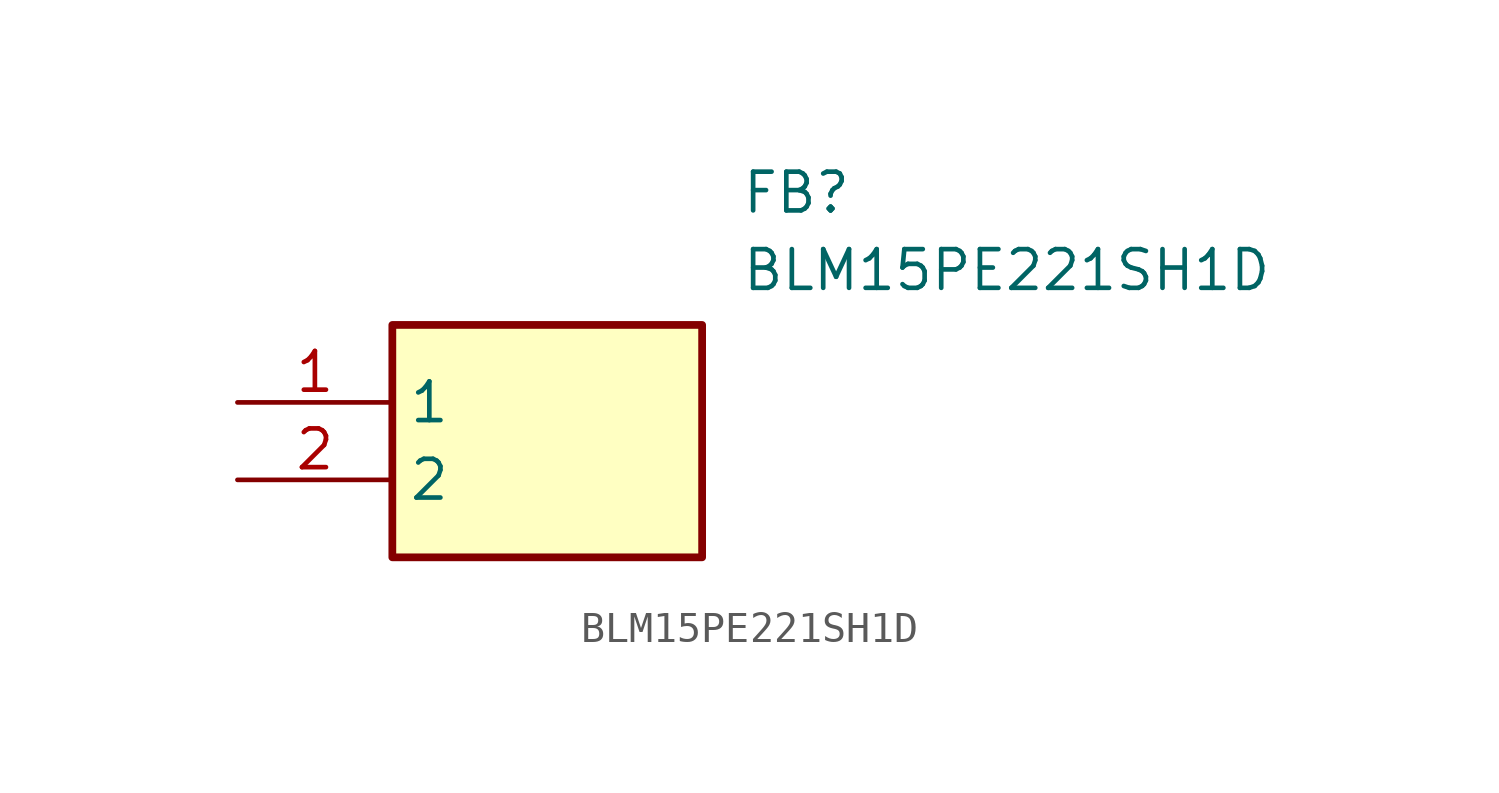
<source format=kicad_sym>
(kicad_symbol_lib
  (version 20211014)
  (generator SamacSys_ECAD_Model)
  (symbol "BLM15PE221SH1D"
    (property "Reference" "FB"
      (at 16.51 7.62 0)
      (effects (font (size 1.27 1.27)) (justify left top)))
    (property "Value" "BLM15PE221SH1D"
      (at 16.51 5.08 0)
      (effects (font (size 1.27 1.27)) (justify left top)))
    (rectangle
      (start 5.08 2.54)
      (end 15.24 -5.08)
      (stroke (width 0.254) (type default))
      (fill (type background)))
    (pin passive line
      (at 0 0 0)
      (length 5.08)
      (name "1" (effects (font (size 1.27 1.27))))
      (number "1" (effects (font (size 1.27 1.27)))))
    (pin passive line
      (at 0 -2.54 0)
      (length 5.08)
      (name "2" (effects (font (size 1.27 1.27))))
      (number "2" (effects (font (size 1.27 1.27)))))))
</source>
